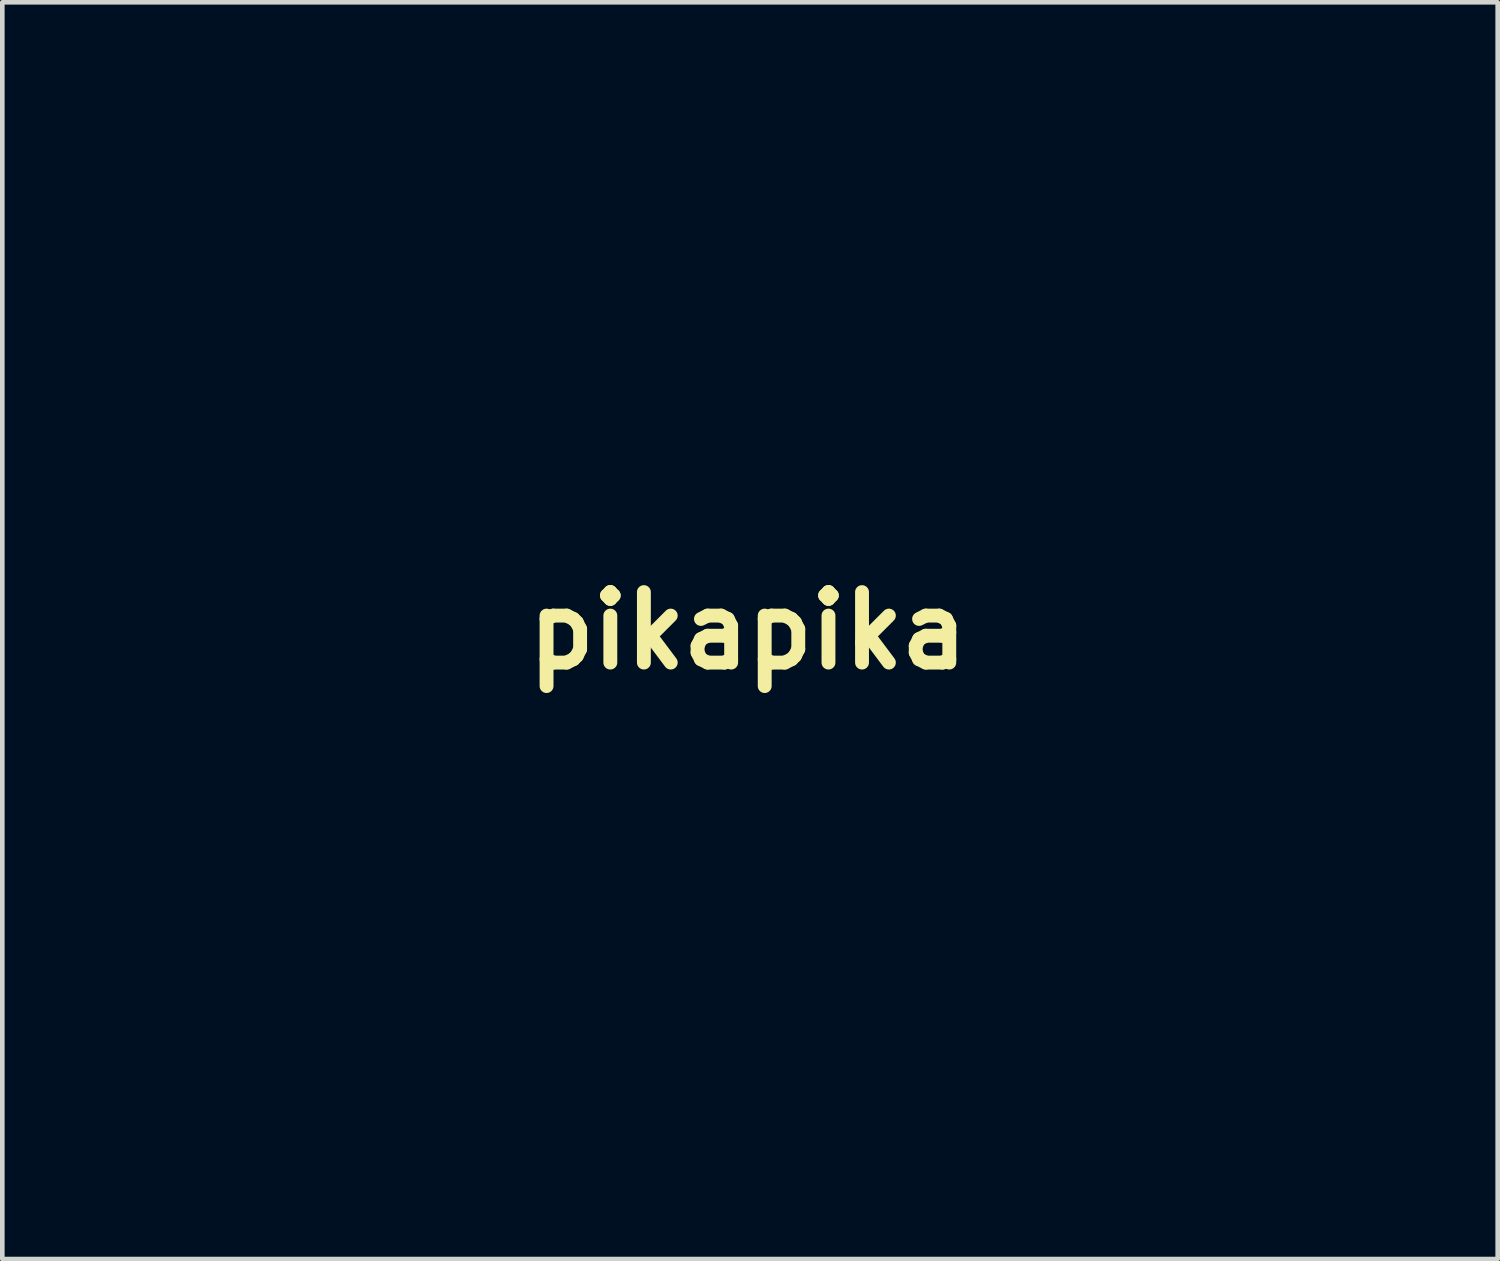
<source format=kicad_pcb>
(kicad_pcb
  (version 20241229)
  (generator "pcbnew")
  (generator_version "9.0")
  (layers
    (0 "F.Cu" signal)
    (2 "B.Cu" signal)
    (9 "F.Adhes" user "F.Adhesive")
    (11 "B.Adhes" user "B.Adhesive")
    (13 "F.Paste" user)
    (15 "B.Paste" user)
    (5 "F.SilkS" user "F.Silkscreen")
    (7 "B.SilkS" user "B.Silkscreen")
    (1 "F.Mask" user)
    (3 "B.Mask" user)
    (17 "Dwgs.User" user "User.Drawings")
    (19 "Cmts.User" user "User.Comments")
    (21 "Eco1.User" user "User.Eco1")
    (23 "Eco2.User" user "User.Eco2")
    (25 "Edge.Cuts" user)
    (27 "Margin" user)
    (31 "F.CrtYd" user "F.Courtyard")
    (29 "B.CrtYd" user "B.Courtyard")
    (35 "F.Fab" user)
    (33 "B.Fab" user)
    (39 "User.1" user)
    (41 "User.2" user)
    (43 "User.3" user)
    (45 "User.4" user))
  (footprint "pikapika"
    (layer "F.Cu")
    (at 13.123 10.588)
    (property "Reference" "pikapika" (at 0 0 0) (layer "F.SilkS") (effects (font (size 1.524 1.524) (thickness 0.3))))
    (attr through_hole)
    (fp_poly (pts (xy -0.662 2.239) (xy -0.411 2.337) (xy -0.27 2.479) (xy -0.254 2.551) (xy -0.327 2.725) (xy -0.521 2.833) (xy -0.798 2.869) (xy -1.121 2.826) (xy -1.333 2.752) (xy -1.542 2.615) (xy -1.599 2.469) (xy -1.516 2.337) (xy -1.31 2.24) (xy -0.993 2.201) (xy -0.983 2.201) (xy -0.662 2.239)) (stroke (width 0.01) (type solid)) (fill no) (layer "Eco2.User"))
    (fp_poly (pts (xy -6.894 2.981) (xy -6.481 3.136) (xy -6.336 3.227) (xy -6.036 3.531) (xy -5.877 3.889) (xy -5.856 4.269) (xy -5.971 4.636) (xy -6.218 4.957) (xy -6.513 5.161) (xy -6.923 5.296) (xy -7.383 5.332) (xy -7.82 5.266) (xy -8.045 5.177) (xy -8.403 4.9) (xy -8.635 4.533) (xy -8.721 4.107) (xy -8.721 4.093) (xy -8.645 3.719) (xy -8.437 3.406) (xy -8.128 3.165) (xy -7.748 3.006) (xy -7.326 2.941) (xy -6.894 2.981)) (stroke (width 0.01) (type solid)) (fill no) (layer "Eco2.User"))
    (fp_poly (pts (xy 6.934 3.013) (xy 7.356 3.183) (xy 7.679 3.44) (xy 7.899 3.759) (xy 8.011 4.114) (xy 8.012 4.483) (xy 7.896 4.841) (xy 7.66 5.163) (xy 7.298 5.425) (xy 6.9 5.579) (xy 6.559 5.651) (xy 6.266 5.649) (xy 5.927 5.573) (xy 5.65 5.46) (xy 5.381 5.3) (xy 5.367 5.289) (xy 5.05 4.963) (xy 4.879 4.598) (xy 4.843 4.219) (xy 4.933 3.85) (xy 5.136 3.515) (xy 5.443 3.238) (xy 5.842 3.043) (xy 6.322 2.955) (xy 6.418 2.952) (xy 6.934 3.013)) (stroke (width 0.01) (type solid)) (fill no) (layer "Eco2.User"))
    (fp_poly (pts (xy -4.024 -0.447) (xy -3.8 -0.287) (xy -3.547 0.051) (xy -3.421 0.428) (xy -3.415 0.811) (xy -3.52 1.169) (xy -3.728 1.468) (xy -4.03 1.676) (xy -4.321 1.752) (xy -4.602 1.761) (xy -4.809 1.694) (xy -4.942 1.603) (xy -5.231 1.274) (xy -5.384 0.873) (xy -5.393 0.436) (xy -5.349 0.301) (xy -5.11 0.301) (xy -5.023 0.506) (xy -4.849 0.64) (xy -4.632 0.676) (xy -4.41 0.584) (xy -4.366 0.544) (xy -4.245 0.32) (xy -4.267 0.077) (xy -4.428 -0.123) (xy -4.441 -0.132) (xy -4.696 -0.223) (xy -4.916 -0.152) (xy -5.07 0.054) (xy -5.11 0.301) (xy -5.349 0.301) (xy -5.257 0.015) (xy -5.018 -0.3) (xy -4.708 -0.488) (xy -4.365 -0.539) (xy -4.024 -0.447)) (stroke (width 0.01) (type solid)) (fill no) (layer "Eco2.User"))
    (fp_poly (pts (xy 4.34 -0.457) (xy 4.653 -0.254) (xy 4.872 0.05) (xy 4.982 0.425) (xy 4.966 0.844) (xy 4.879 1.132) (xy 4.657 1.479) (xy 4.356 1.694) (xy 4.006 1.767) (xy 3.636 1.685) (xy 3.502 1.616) (xy 3.256 1.378) (xy 3.076 1.038) (xy 2.989 0.658) (xy 3.001 0.378) (xy 3.066 0.203) (xy 3.312 0.203) (xy 3.321 0.419) (xy 3.439 0.579) (xy 3.45 0.586) (xy 3.702 0.667) (xy 3.941 0.642) (xy 4.047 0.576) (xy 4.144 0.378) (xy 4.134 0.141) (xy 4.036 -0.079) (xy 3.871 -0.226) (xy 3.747 -0.254) (xy 3.543 -0.186) (xy 3.392 -0.016) (xy 3.312 0.203) (xy 3.066 0.203) (xy 3.095 0.124) (xy 3.264 -0.146) (xy 3.334 -0.23) (xy 3.541 -0.425) (xy 3.735 -0.513) (xy 3.949 -0.531) (xy 4.34 -0.457)) (stroke (width 0.01) (type solid)) (fill no) (layer "Eco2.User"))
    (fp_poly (pts (xy 0.598 4.396) (xy 0.881 4.525) (xy 1.097 4.74) (xy 1.249 4.992) (xy 1.408 5.452) (xy 1.442 5.92) (xy 1.359 6.361) (xy 1.165 6.735) (xy 0.905 6.982) (xy 0.615 7.099) (xy 0.223 7.158) (xy -0.212 7.159) (xy -0.633 7.098) (xy -0.828 7.042) (xy -1.326 6.79) (xy -1.701 6.44) (xy -1.941 6.011) (xy -2.032 5.52) (xy -2.032 5.483) (xy -2.029 5.464) (xy -1.787 5.464) (xy -1.748 5.855) (xy -1.651 6.096) (xy -1.39 6.43) (xy -1.013 6.69) (xy -0.562 6.865) (xy -0.08 6.939) (xy 0.39 6.899) (xy 0.627 6.825) (xy 0.925 6.644) (xy 1.103 6.386) (xy 1.179 6.02) (xy 1.185 5.844) (xy 1.135 5.389) (xy 0.996 5.012) (xy 0.782 4.748) (xy 0.677 4.68) (xy 0.453 4.619) (xy 0.119 4.585) (xy -0.271 4.578) (xy -0.659 4.599) (xy -0.989 4.649) (xy -1.048 4.664) (xy -1.426 4.843) (xy -1.676 5.118) (xy -1.787 5.464) (xy -2.029 5.464) (xy -1.968 5.093) (xy -1.773 4.788) (xy -1.441 4.564) (xy -0.966 4.417) (xy -0.343 4.344) (xy -0.296 4.342) (xy 0.216 4.34) (xy 0.598 4.396)) (stroke (width 0.01) (type solid)) (fill no) (layer "Eco2.User"))
    (fp_poly (pts (xy -12.536 -10.536) (xy -12.057 -10.4) (xy -11.475 -10.183) (xy -10.81 -9.896) (xy -10.079 -9.546) (xy -9.3 -9.142) (xy -8.492 -8.693) (xy -7.673 -8.208) (xy -6.861 -7.696) (xy -6.663 -7.566) (xy -6.03 -7.134) (xy -5.503 -6.744) (xy -5.039 -6.362) (xy -4.593 -5.951) (xy -4.444 -5.805) (xy -3.563 -4.93) (xy -1.803 -5.087) (xy -0.85 -5.16) (xy 0.079 -5.211) (xy 0.959 -5.238) (xy 1.761 -5.241) (xy 2.459 -5.22) (xy 3.025 -5.174) (xy 3.166 -5.155) (xy 3.799 -5.061) (xy 4.963 -5.666) (xy 5.868 -6.12) (xy 6.829 -6.574) (xy 7.817 -7.015) (xy 8.803 -7.432) (xy 9.759 -7.814) (xy 10.656 -8.148) (xy 11.466 -8.423) (xy 12.159 -8.626) (xy 12.206 -8.639) (xy 12.627 -8.746) (xy 12.91 -8.8) (xy 13.083 -8.783) (xy 13.171 -8.676) (xy 13.204 -8.462) (xy 13.208 -8.122) (xy 13.208 -7.98) (xy 13.2 -7.553) (xy 13.173 -7.254) (xy 13.122 -7.043) (xy 13.053 -6.9) (xy 12.923 -6.643) (xy 12.835 -6.396) (xy 12.752 -6.204) (xy 12.578 -5.903) (xy 12.328 -5.515) (xy 12.017 -5.062) (xy 11.66 -4.567) (xy 11.273 -4.053) (xy 11.071 -3.793) (xy 10.245 -2.854) (xy 9.358 -2.067) (xy 8.869 -1.713) (xy 8.605 -1.533) (xy 8.405 -1.391) (xy 8.304 -1.312) (xy 8.297 -1.304) (xy 8.329 -1.22) (xy 8.415 -1.016) (xy 8.541 -0.725) (xy 8.644 -0.491) (xy 8.842 0.012) (xy 9.061 0.657) (xy 9.295 1.42) (xy 9.538 2.277) (xy 9.783 3.202) (xy 10.026 4.171) (xy 10.26 5.159) (xy 10.479 6.142) (xy 10.677 7.096) (xy 10.849 7.994) (xy 10.989 8.814) (xy 11.09 9.529) (xy 11.132 9.927) (xy 11.156 10.299) (xy 11.152 10.514) (xy 11.126 10.581) (xy 11.083 10.509) (xy 11.03 10.305) (xy 10.973 9.979) (xy 10.928 9.631) (xy 10.691 7.95) (xy 10.345 6.144) (xy 9.991 4.614) (xy 9.702 3.469) (xy 9.441 2.477) (xy 9.201 1.623) (xy 8.978 0.895) (xy 8.768 0.278) (xy 8.564 -0.241) (xy 8.361 -0.676) (xy 8.156 -1.04) (xy 7.943 -1.348) (xy 7.716 -1.613) (xy 7.696 -1.634) (xy 7.492 -1.85) (xy 7.344 -2.012) (xy 7.282 -2.089) (xy 7.281 -2.09) (xy 7.334 -2.126) (xy 7.477 -2.05) (xy 7.686 -1.877) (xy 7.796 -1.772) (xy 8.141 -1.426) (xy 8.608 -1.708) (xy 9.514 -2.347) (xy 10.314 -3.101) (xy 10.998 -3.952) (xy 11.555 -4.881) (xy 11.972 -5.872) (xy 12.241 -6.907) (xy 12.336 -7.684) (xy 12.352 -8.024) (xy 12.355 -8.289) (xy 12.344 -8.443) (xy 12.332 -8.467) (xy 12.2 -8.439) (xy 11.941 -8.362) (xy 11.586 -8.247) (xy 11.167 -8.105) (xy 10.716 -7.947) (xy 10.263 -7.782) (xy 9.84 -7.623) (xy 9.61 -7.533) (xy 8.842 -7.217) (xy 7.978 -6.845) (xy 7.073 -6.441) (xy 6.178 -6.03) (xy 5.349 -5.635) (xy 4.896 -5.411) (xy 3.867 -4.895) (xy 2.86 -5.001) (xy 2.016 -5.056) (xy 1.013 -5.062) (xy -0.147 -5.018) (xy -1.461 -4.926) (xy -2.188 -4.86) (xy -3.618 -4.721) (xy -4.308 -5.44) (xy -4.799 -5.927) (xy -5.305 -6.374) (xy -5.862 -6.81) (xy -6.504 -7.26) (xy -7.264 -7.752) (xy -7.291 -7.769) (xy -7.685 -8.008) (xy -8.138 -8.27) (xy -8.628 -8.544) (xy -9.132 -8.817) (xy -9.626 -9.079) (xy -10.089 -9.316) (xy -10.498 -9.517) (xy -10.828 -9.671) (xy -11.058 -9.764) (xy -11.165 -9.786) (xy -11.165 -9.786) (xy -11.23 -9.663) (xy -11.276 -9.413) (xy -11.301 -9.079) (xy -11.303 -8.7) (xy -11.279 -8.318) (xy -11.254 -8.12) (xy -11.032 -7.164) (xy -10.658 -6.205) (xy -10.127 -5.231) (xy -9.557 -4.395) (xy -9.32 -4.092) (xy -9.032 -3.748) (xy -8.714 -3.387) (xy -8.389 -3.032) (xy -8.078 -2.705) (xy -7.802 -2.43) (xy -7.584 -2.23) (xy -7.445 -2.129) (xy -7.417 -2.12) (xy -7.307 -2.175) (xy -7.119 -2.311) (xy -6.948 -2.454) (xy -6.736 -2.623) (xy -6.571 -2.725) (xy -6.501 -2.74) (xy -6.522 -2.667) (xy -6.646 -2.517) (xy -6.846 -2.323) (xy -6.847 -2.323) (xy -7.062 -2.108) (xy -7.242 -1.872) (xy -7.415 -1.57) (xy -7.608 -1.159) (xy -7.643 -1.08) (xy -7.976 -0.26) (xy -8.292 0.629) (xy -8.58 1.547) (xy -8.827 2.454) (xy -9.024 3.312) (xy -9.159 4.08) (xy -9.201 4.44) (xy -9.207 4.853) (xy -9.143 5.306) (xy -9.005 5.82) (xy -8.786 6.415) (xy -8.479 7.112) (xy -8.204 7.68) (xy -7.522 9.053) (xy -7.703 9.749) (xy -7.79 10.075) (xy -7.865 10.337) (xy -7.916 10.493) (xy -7.926 10.514) (xy -8.021 10.578) (xy -8.113 10.559) (xy -8.128 10.52) (xy -8.106 10.412) (xy -8.049 10.188) (xy -7.968 9.895) (xy -7.959 9.864) (xy -7.874 9.54) (xy -7.813 9.255) (xy -7.789 9.071) (xy -7.789 9.068) (xy -7.829 8.905) (xy -7.934 8.642) (xy -8.086 8.324) (xy -8.162 8.179) (xy -8.604 7.32) (xy -8.939 6.561) (xy -9.172 5.877) (xy -9.312 5.243) (xy -9.363 4.633) (xy -9.334 4.024) (xy -9.316 3.875) (xy -9.182 3.108) (xy -8.983 2.241) (xy -8.73 1.32) (xy -8.44 0.392) (xy -8.125 -0.493) (xy -7.799 -1.29) (xy -7.775 -1.345) (xy -7.528 -1.895) (xy -8.29 -2.662) (xy -8.783 -3.181) (xy -9.246 -3.719) (xy -9.697 -4.303) (xy -10.154 -4.958) (xy -10.636 -5.707) (xy -11.16 -6.576) (xy -11.389 -6.969) (xy -11.843 -7.76) (xy -12.215 -8.42) (xy -12.512 -8.963) (xy -12.74 -9.402) (xy -12.907 -9.751) (xy -13.02 -10.022) (xy -13.085 -10.23) (xy -13.101 -10.307) (xy -13.118 -10.495) (xy -13.061 -10.57) (xy -12.896 -10.583) (xy -12.536 -10.536)) (stroke (width 0.01) (type solid)) (fill no) (layer "Eco2.User")))
  (gr_rect
    (start -3 -3)
    (end 29.336 24.175)
    (stroke (width 0.1) (type default))
    (fill no)
    (layer "Edge.Cuts")))
</source>
